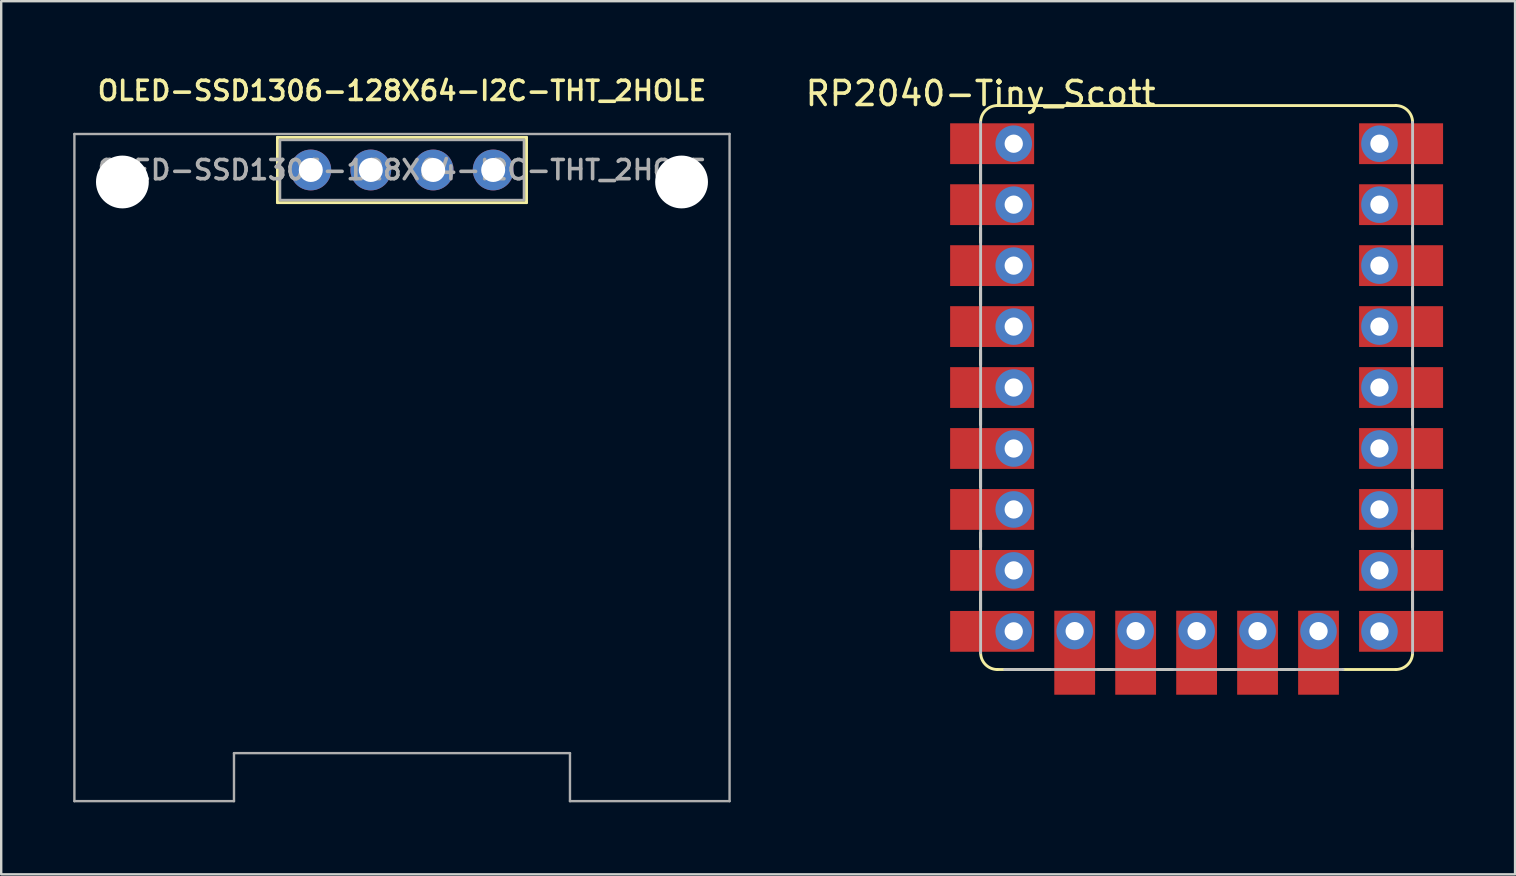
<source format=kicad_pcb>
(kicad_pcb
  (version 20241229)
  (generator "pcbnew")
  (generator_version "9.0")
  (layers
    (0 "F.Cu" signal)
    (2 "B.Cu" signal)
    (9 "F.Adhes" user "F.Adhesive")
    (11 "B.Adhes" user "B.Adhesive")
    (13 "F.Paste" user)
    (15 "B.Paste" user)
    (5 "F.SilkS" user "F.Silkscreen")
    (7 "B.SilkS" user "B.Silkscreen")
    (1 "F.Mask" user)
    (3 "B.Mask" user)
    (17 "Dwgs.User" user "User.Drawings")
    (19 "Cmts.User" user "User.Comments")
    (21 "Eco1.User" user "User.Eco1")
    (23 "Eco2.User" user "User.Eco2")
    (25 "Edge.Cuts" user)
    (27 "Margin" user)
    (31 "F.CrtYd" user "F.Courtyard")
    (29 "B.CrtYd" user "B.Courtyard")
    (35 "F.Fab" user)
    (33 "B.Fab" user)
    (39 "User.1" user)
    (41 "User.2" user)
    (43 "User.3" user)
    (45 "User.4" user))
  (footprint "RP2040-Tiny_Scott"
    (layer "F.Cu")
    (at 37.811 1.348)
    (property "Reference" "RP2040-Tiny_Scott" (at 0 -0.5 0) (unlocked yes) (layer "F.SilkS") (effects (font (size 1 1) (thickness 0.15))))
    (attr through_hole)
    (fp_line (start 0 2.5) (end 0 3.2) (stroke (width 0.12) (type default)) (layer "F.SilkS"))
    (fp_line (start 0 5.7) (end 0 5.1) (stroke (width 0.12) (type default)) (layer "F.SilkS"))
    (fp_line (start 0 8.3) (end 0 7.6) (stroke (width 0.12) (type default)) (layer "F.SilkS"))
    (fp_line (start 0 10.8) (end 0 10.2) (stroke (width 0.12) (type default)) (layer "F.SilkS"))
    (fp_line (start 0 13.3) (end 0 12.7) (stroke (width 0.12) (type default)) (layer "F.SilkS"))
    (fp_line (start 0 15.2) (end 0 15.9) (stroke (width 0.12) (type default)) (layer "F.SilkS"))
    (fp_line (start 0 17.8) (end 0 18.4) (stroke (width 0.12) (type default)) (layer "F.SilkS"))
    (fp_line (start 0 20.3) (end 0 21) (stroke (width 0.12) (type default)) (layer "F.SilkS"))
    (fp_line (start 0.7 0) (end 17.3 0) (stroke (width 0.12) (type default)) (layer "F.SilkS"))
    (fp_line (start 0.7 23.5) (end 2.9 23.5) (stroke (width 0.12) (type default)) (layer "F.SilkS"))
    (fp_line (start 4.9 23.5) (end 5.5 23.5) (stroke (width 0.12) (type default)) (layer "F.SilkS"))
    (fp_line (start 7.4 23.5) (end 8 23.5) (stroke (width 0.12) (type default)) (layer "F.SilkS"))
    (fp_line (start 10 23.5) (end 10.6 23.5) (stroke (width 0.12) (type default)) (layer "F.SilkS"))
    (fp_line (start 12.5 23.5) (end 13.1 23.5) (stroke (width 0.12) (type default)) (layer "F.SilkS"))
    (fp_line (start 17.3 23.5) (end 15.1 23.5) (stroke (width 0.12) (type default)) (layer "F.SilkS"))
    (fp_line (start 18 2.5) (end 18 3.2) (stroke (width 0.12) (type default)) (layer "F.SilkS"))
    (fp_line (start 18 5.7) (end 18 5.1) (stroke (width 0.12) (type default)) (layer "F.SilkS"))
    (fp_line (start 18 8.3) (end 18 7.6) (stroke (width 0.12) (type default)) (layer "F.SilkS"))
    (fp_line (start 18 10.2) (end 18 10.8) (stroke (width 0.12) (type default)) (layer "F.SilkS"))
    (fp_line (start 18 13.3) (end 18 12.7) (stroke (width 0.12) (type default)) (layer "F.SilkS"))
    (fp_line (start 18 15.9) (end 18 15.2) (stroke (width 0.12) (type default)) (layer "F.SilkS"))
    (fp_line (start 18 17.8) (end 18 18.4) (stroke (width 0.12) (type default)) (layer "F.SilkS"))
    (fp_line (start 18 21) (end 18 20.3) (stroke (width 0.12) (type default)) (layer "F.SilkS"))
    (fp_arc (start 0 0.7) (mid 0.205025 0.205025) (end 0.7 0) (stroke (width 0.12) (type default)) (layer "F.SilkS"))
    (fp_arc (start 0.7 23.5) (mid 0.205025 23.294975) (end 0 22.8) (stroke (width 0.12) (type default)) (layer "F.SilkS"))
    (fp_arc (start 17.3 0) (mid 17.794975 0.205025) (end 18 0.7) (stroke (width 0.12) (type default)) (layer "F.SilkS"))
    (fp_arc (start 18 22.8) (mid 17.794975 23.294975) (end 17.3 23.5) (stroke (width 0.12) (type default)) (layer "F.SilkS"))
    (fp_line (start 0 0.7) (end 0 22.8) (stroke (width 0.12) (type default)) (layer "Dwgs.User"))
    (fp_line (start 15.1 23.5) (end 1 23.5) (stroke (width 0.12) (type default)) (layer "Dwgs.User"))
    (fp_line (start 18 22.8) (end 18 0.7) (stroke (width 0.12) (type default)) (layer "Dwgs.User"))
    (pad "1" thru_hole circle (at 1.38 1.59) (size 1.524 1.524) (drill 0.762) (layers "*.Cu" "*.Mask"))
    (pad "1" smd rect (at 1.38 1.59) (size 3.5 1.7) (drill (offset -0.9 0)) (layers "F.Cu" "F.Mask"))
    (pad "2" thru_hole circle (at 1.38 4.13) (size 1.524 1.524) (drill 0.762) (layers "*.Cu" "*.Mask"))
    (pad "2" smd rect (at 1.38 4.13) (size 3.5 1.7) (drill (offset -0.9 0)) (layers "F.Cu" "F.Mask"))
    (pad "3" thru_hole circle (at 1.38 6.67) (size 1.524 1.524) (drill 0.762) (layers "*.Cu" "*.Mask"))
    (pad "3" smd rect (at 1.38 6.67) (size 3.5 1.7) (drill (offset -0.9 0)) (layers "F.Cu" "F.Mask"))
    (pad "4" thru_hole circle (at 1.38 9.21) (size 1.524 1.524) (drill 0.762) (layers "*.Cu" "*.Mask"))
    (pad "4" smd rect (at 1.38 9.21) (size 3.5 1.7) (drill (offset -0.9 0)) (layers "F.Cu" "F.Mask"))
    (pad "5" thru_hole circle (at 1.38 11.75) (size 1.524 1.524) (drill 0.762) (layers "*.Cu" "*.Mask"))
    (pad "5" smd rect (at 1.38 11.75) (size 3.5 1.7) (drill (offset -0.9 0)) (layers "F.Cu" "F.Mask"))
    (pad "6" thru_hole circle (at 1.38 14.29) (size 1.524 1.524) (drill 0.762) (layers "*.Cu" "*.Mask"))
    (pad "6" smd rect (at 1.38 14.29) (size 3.5 1.7) (drill (offset -0.9 0)) (layers "F.Cu" "F.Mask"))
    (pad "7" thru_hole circle (at 1.38 16.83) (size 1.524 1.524) (drill 0.762) (layers "*.Cu" "*.Mask"))
    (pad "7" smd rect (at 1.38 16.83) (size 3.5 1.7) (drill (offset -0.9 0)) (layers "F.Cu" "F.Mask"))
    (pad "8" thru_hole circle (at 1.38 19.37) (size 1.524 1.524) (drill 0.762) (layers "*.Cu" "*.Mask"))
    (pad "8" smd rect (at 1.38 19.37) (size 3.5 1.7) (drill (offset -0.9 0)) (layers "F.Cu" "F.Mask"))
    (pad "9" thru_hole circle (at 1.38 21.91) (size 1.524 1.524) (drill 0.762) (layers "*.Cu" "*.Mask"))
    (pad "9" smd rect (at 1.38 21.91) (size 3.5 1.7) (drill (offset -0.9 0)) (layers "F.Cu" "F.Mask"))
    (pad "10" thru_hole circle (at 3.92 21.9) (size 1.524 1.524) (drill 0.762) (layers "*.Cu" "*.Mask"))
    (pad "10" smd rect (at 3.92 21.9 90) (size 3.5 1.7) (drill (offset -0.9 0)) (layers "F.Cu" "F.Mask"))
    (pad "11" thru_hole circle (at 6.46 21.9) (size 1.524 1.524) (drill 0.762) (layers "*.Cu" "*.Mask"))
    (pad "11" smd rect (at 6.46 21.9 90) (size 3.5 1.7) (drill (offset -0.9 0)) (layers "F.Cu" "F.Mask"))
    (pad "12" thru_hole circle (at 9 21.9) (size 1.524 1.524) (drill 0.762) (layers "*.Cu" "*.Mask"))
    (pad "12" smd rect (at 9 21.9 90) (size 3.5 1.7) (drill (offset -0.9 0)) (layers "F.Cu" "F.Mask"))
    (pad "13" thru_hole circle (at 11.54 21.9) (size 1.524 1.524) (drill 0.762) (layers "*.Cu" "*.Mask"))
    (pad "13" smd rect (at 11.54 21.9 90) (size 3.5 1.7) (drill (offset -0.9 0)) (layers "F.Cu" "F.Mask"))
    (pad "14" thru_hole circle (at 14.08 21.9) (size 1.524 1.524) (drill 0.762) (layers "*.Cu" "*.Mask"))
    (pad "14" smd rect (at 14.08 21.9 90) (size 3.5 1.7) (drill (offset -0.9 0)) (layers "F.Cu" "F.Mask"))
    (pad "15" thru_hole circle (at 16.62 21.91) (size 1.524 1.524) (drill 0.762) (layers "*.Cu" "*.Mask"))
    (pad "15" smd rect (at 16.62 21.91 180) (size 3.5 1.7) (drill (offset -0.9 0)) (layers "F.Cu" "F.Mask"))
    (pad "16" thru_hole circle (at 16.62 19.37) (size 1.524 1.524) (drill 0.762) (layers "*.Cu" "*.Mask"))
    (pad "16" smd rect (at 16.62 19.37 180) (size 3.5 1.7) (drill (offset -0.9 0)) (layers "F.Cu" "F.Mask"))
    (pad "17" thru_hole circle (at 16.62 16.83) (size 1.524 1.524) (drill 0.762) (layers "*.Cu" "*.Mask"))
    (pad "17" smd rect (at 16.62 16.83 180) (size 3.5 1.7) (drill (offset -0.9 0)) (layers "F.Cu" "F.Mask"))
    (pad "18" thru_hole circle (at 16.62 14.29) (size 1.524 1.524) (drill 0.762) (layers "*.Cu" "*.Mask"))
    (pad "18" smd rect (at 16.62 14.29 180) (size 3.5 1.7) (drill (offset -0.9 0)) (layers "F.Cu" "F.Mask"))
    (pad "19" thru_hole circle (at 16.62 11.75) (size 1.524 1.524) (drill 0.762) (layers "*.Cu" "*.Mask"))
    (pad "19" smd rect (at 16.62 11.75 180) (size 3.5 1.7) (drill (offset -0.9 0)) (layers "F.Cu" "F.Mask"))
    (pad "20" thru_hole circle (at 16.62 9.21) (size 1.524 1.524) (drill 0.762) (layers "*.Cu" "*.Mask"))
    (pad "20" smd rect (at 16.62 9.21 180) (size 3.5 1.7) (drill (offset -0.9 0)) (layers "F.Cu" "F.Mask"))
    (pad "21" thru_hole circle (at 16.62 6.67) (size 1.524 1.524) (drill 0.762) (layers "*.Cu" "*.Mask"))
    (pad "21" smd rect (at 16.62 6.67 180) (size 3.5 1.7) (drill (offset -0.9 0)) (layers "F.Cu" "F.Mask"))
    (pad "22" thru_hole circle (at 16.62 4.13) (size 1.524 1.524) (drill 0.762) (layers "*.Cu" "*.Mask"))
    (pad "22" smd rect (at 16.62 4.13 180) (size 3.5 1.7) (drill (offset -0.9 0)) (layers "F.Cu" "F.Mask"))
    (pad "23" thru_hole circle (at 16.62 1.59) (size 1.524 1.524) (drill 0.762) (layers "*.Cu" "*.Mask"))
    (pad "23" smd rect (at 16.62 1.59 180) (size 3.5 1.7) (drill (offset -0.9 0)) (layers "F.Cu" "F.Mask")))
  (footprint "OLED-SSD1306-128X64-I2C-THT_2HOLE"
    (layer "F.Cu")
    (at 13.7 4.033)
    (property "Reference" "OLED-SSD1306-128X64-I2C-THT_2HOLE" (at 0 -3.302 0) (layer "F.SilkS") (effects (font (size 0.8 0.8) (thickness 0.15))))
    (attr smd)
    (fp_line (start -5.19 1.36) (end -5.19 -1.36) (stroke (width 0.12) (type solid)) (layer "F.SilkS"))
    (fp_line (start -5.19 1.36) (end 5.19 1.36) (stroke (width 0.12) (type solid)) (layer "F.SilkS"))
    (fp_line (start 5.19 -1.36) (end -5.19 -1.36) (stroke (width 0.12) (type solid)) (layer "F.SilkS"))
    (fp_line (start 5.19 1.36) (end 5.19 -1.36) (stroke (width 0.12) (type solid)) (layer "F.SilkS"))
    (fp_line (start -13.65 -1.5) (end -13.65 26.3) (stroke (width 0.1) (type solid)) (layer "F.Fab"))
    (fp_line (start -13.65 -1.5) (end 13.65 -1.5) (stroke (width 0.1) (type solid)) (layer "F.Fab"))
    (fp_line (start -13.65 26.3) (end -7 26.3) (stroke (width 0.1) (type solid)) (layer "F.Fab"))
    (fp_line (start -7 24.3) (end -7 26.3) (stroke (width 0.1) (type solid)) (layer "F.Fab"))
    (fp_line (start -5.08 1.25) (end -5.08 -1.25) (stroke (width 0.1) (type solid)) (layer "F.Fab"))
    (fp_line (start 5.08 -1.25) (end -5.08 -1.25) (stroke (width 0.1) (type solid)) (layer "F.Fab"))
    (fp_line (start 5.08 1.25) (end -5.08 1.25) (stroke (width 0.1) (type solid)) (layer "F.Fab"))
    (fp_line (start 5.08 1.25) (end 5.08 -1.25) (stroke (width 0.1) (type solid)) (layer "F.Fab"))
    (fp_line (start 7 24.3) (end -7 24.3) (stroke (width 0.1) (type solid)) (layer "F.Fab"))
    (fp_line (start 7 24.3) (end 7 26.3) (stroke (width 0.1) (type solid)) (layer "F.Fab"))
    (fp_line (start 7 26.3) (end 13.65 26.3) (stroke (width 0.1) (type solid)) (layer "F.Fab"))
    (fp_line (start 13.65 -1.5) (end 13.65 26.3) (stroke (width 0.1) (type solid)) (layer "F.Fab"))
    (fp_text user "${REFERENCE}" (at 0 0 0) (layer "F.Fab") (effects (font (size 0.8 0.8) (thickness 0.15))))
    (pad "" np_thru_hole circle (at -11.65 0.5) (size 2.2 2.2) (drill 2.2) (layers "*.Cu" "*.Mask"))
    (pad "" np_thru_hole circle (at 11.65 0.5) (size 2.2 2.2) (drill 2.2) (layers "*.Cu" "*.Mask"))
    (pad "1" thru_hole circle (at 3.8 0) (size 1.7 1.7) (drill 1) (layers "*.Cu" "*.Mask"))
    (pad "2" thru_hole circle (at 1.3 0) (size 1.7 1.7) (drill 1) (layers "*.Cu" "*.Mask"))
    (pad "3" thru_hole circle (at -1.3 0) (size 1.7 1.7) (drill 1) (layers "*.Cu" "*.Mask"))
    (pad "4" thru_hole circle (at -3.8 0) (size 1.7 1.7) (drill 1) (layers "*.Cu" "*.Mask")))
  (gr_rect
    (start -3 -3)
    (end 60.081 33.383)
    (stroke (width 0.1) (type default))
    (fill no)
    (layer "Edge.Cuts")))
</source>
